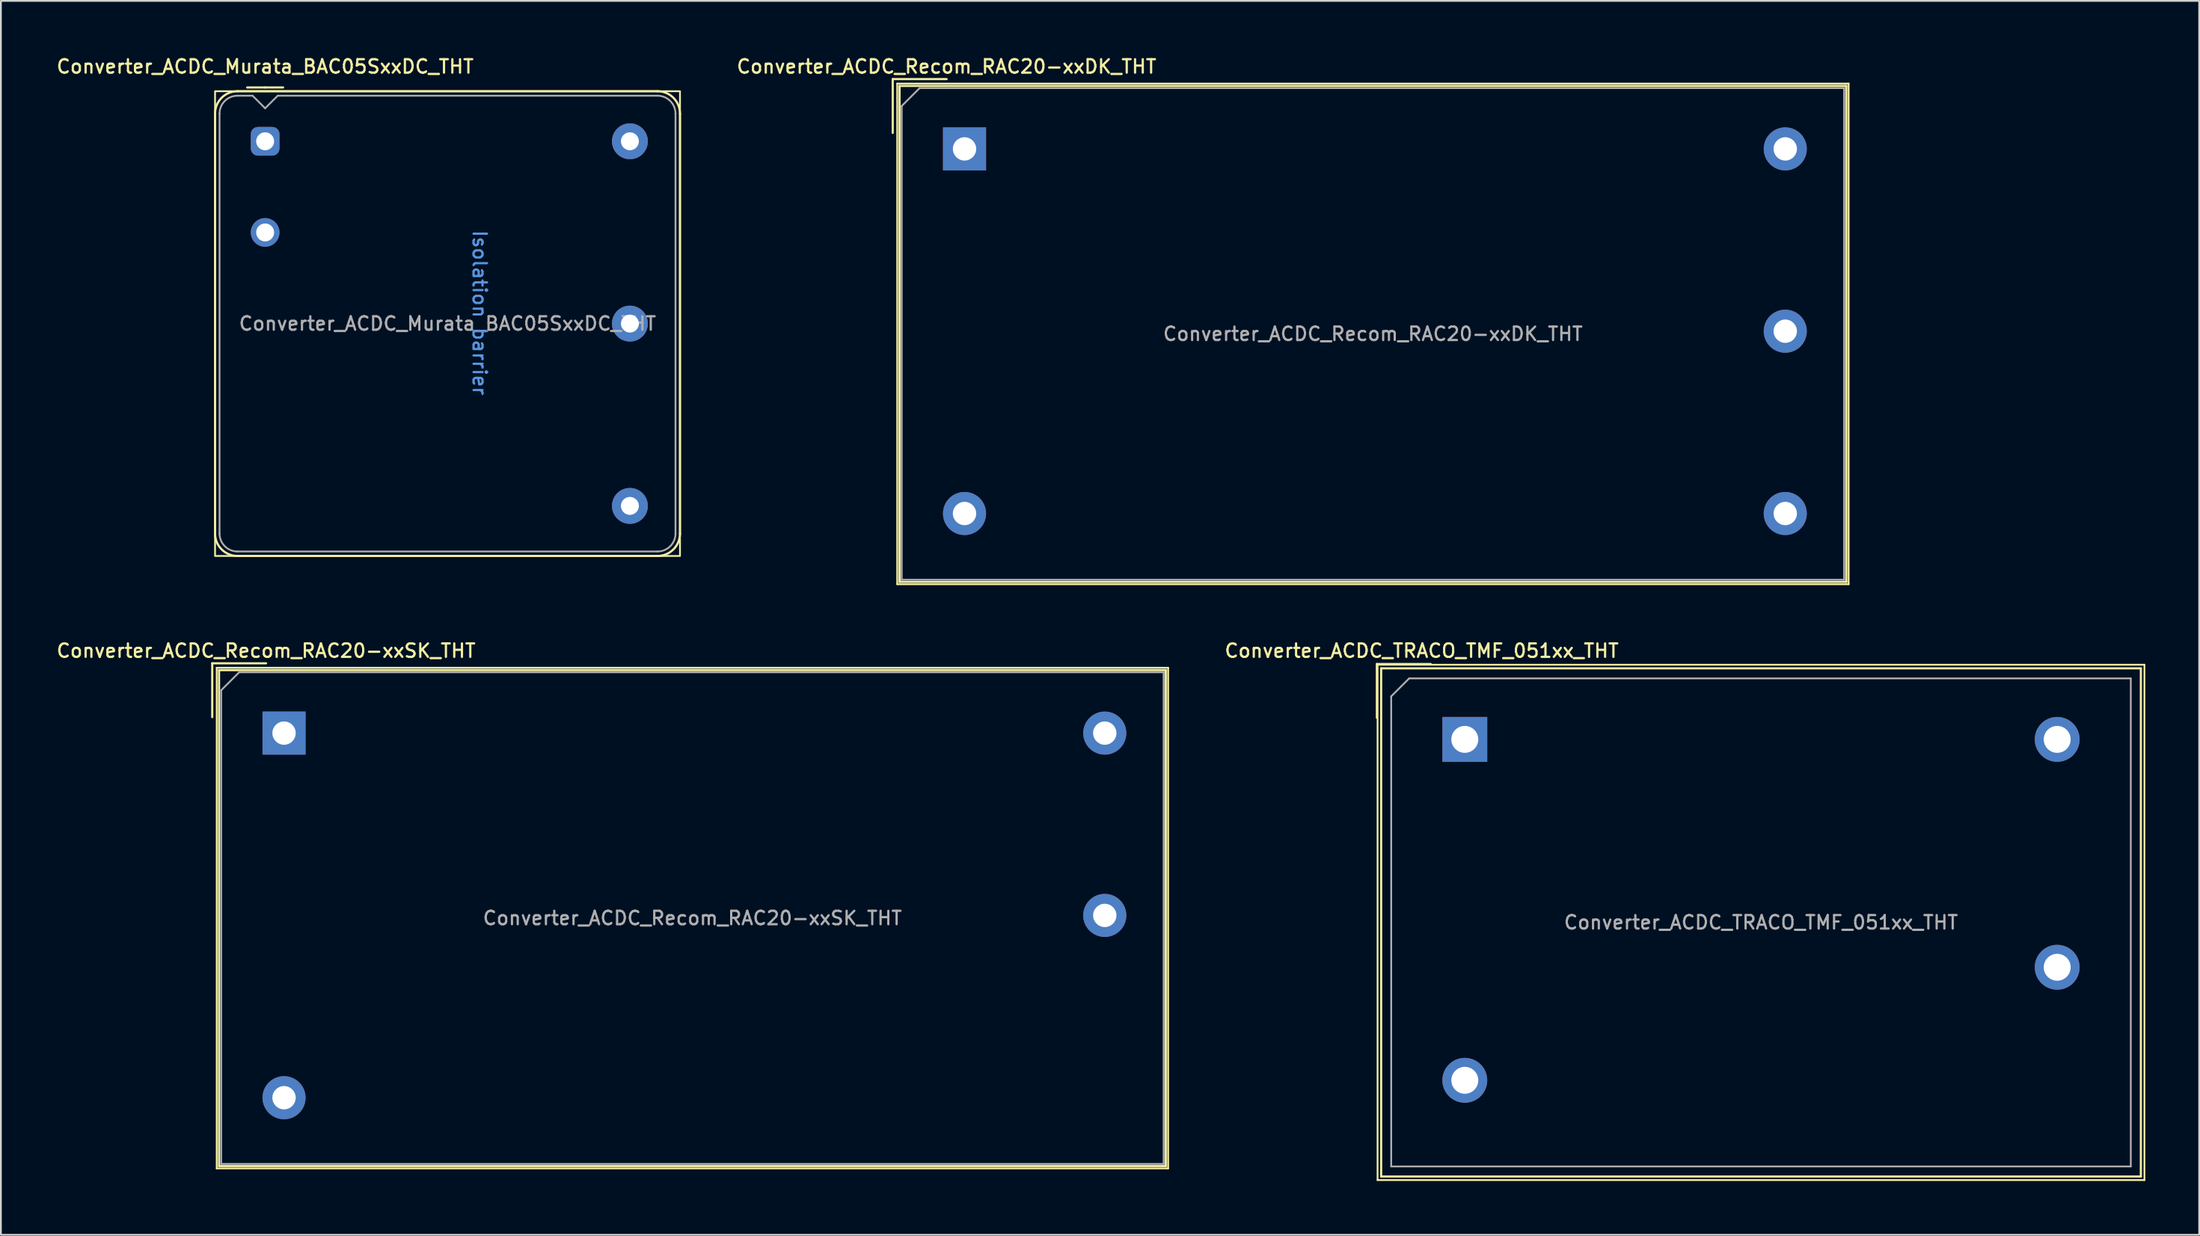
<source format=kicad_pcb>
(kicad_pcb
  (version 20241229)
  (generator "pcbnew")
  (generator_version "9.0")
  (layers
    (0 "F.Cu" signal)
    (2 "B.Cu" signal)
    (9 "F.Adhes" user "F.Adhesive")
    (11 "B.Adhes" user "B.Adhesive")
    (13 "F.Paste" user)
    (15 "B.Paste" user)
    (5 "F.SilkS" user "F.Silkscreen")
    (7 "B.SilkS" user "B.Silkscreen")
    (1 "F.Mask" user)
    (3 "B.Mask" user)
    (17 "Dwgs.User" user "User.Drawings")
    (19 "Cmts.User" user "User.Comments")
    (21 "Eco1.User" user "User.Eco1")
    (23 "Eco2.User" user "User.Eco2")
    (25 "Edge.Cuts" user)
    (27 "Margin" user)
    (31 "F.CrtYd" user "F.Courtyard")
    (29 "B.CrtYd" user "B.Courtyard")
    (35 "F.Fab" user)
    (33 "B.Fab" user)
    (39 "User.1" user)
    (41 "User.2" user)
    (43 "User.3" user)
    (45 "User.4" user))
  (footprint "Converter_ACDC_Recom_RAC20-xxDK_THT"
    (layer "F.Cu")
    (at 50.681 5.248)
    (property "Reference" "Converter_ACDC_Recom_RAC20-xxDK_THT" (at -1 -4.59 0) (layer "F.SilkS") (effects (font (size 0.75 0.75) (thickness 0.125))))
    (attr through_hole)
    (fp_line (start -4 -3.89) (end -1 -3.89) (stroke (width 0.12) (type solid)) (layer "F.SilkS"))
    (fp_line (start -4 -0.89) (end -4 -3.89) (stroke (width 0.12) (type solid)) (layer "F.SilkS"))
    (fp_line (start -3.75 -3.64) (end -3.75 24.26) (stroke (width 0.1) (type solid)) (layer "F.SilkS"))
    (fp_line (start -3.75 -3.64) (end 49.25 -3.64) (stroke (width 0.1) (type solid)) (layer "F.SilkS"))
    (fp_line (start -3.75 24.26) (end 49.25 24.26) (stroke (width 0.1) (type solid)) (layer "F.SilkS"))
    (fp_line (start -3.62 -3.51) (end -3.62 24.13) (stroke (width 0.12) (type solid)) (layer "F.SilkS"))
    (fp_line (start -3.62 -3.51) (end 49.12 -3.51) (stroke (width 0.12) (type solid)) (layer "F.SilkS"))
    (fp_line (start -3.62 24.13) (end 49.12 24.13) (stroke (width 0.12) (type solid)) (layer "F.SilkS"))
    (fp_line (start 49.12 -3.51) (end 49.12 24.13) (stroke (width 0.12) (type solid)) (layer "F.SilkS"))
    (fp_line (start 49.25 -3.64) (end 49.25 24.26) (stroke (width 0.1) (type solid)) (layer "F.SilkS"))
    (fp_line (start -3.5 -2.39) (end -2.5 -3.39) (stroke (width 0.1) (type solid)) (layer "F.Fab"))
    (fp_line (start -3.5 24.01) (end -3.5 -2.39) (stroke (width 0.1) (type solid)) (layer "F.Fab"))
    (fp_line (start -2.5 -3.39) (end 49 -3.39) (stroke (width 0.1) (type solid)) (layer "F.Fab"))
    (fp_line (start 49 -3.39) (end 49 24.01) (stroke (width 0.1) (type solid)) (layer "F.Fab"))
    (fp_line (start 49 24.01) (end -3.5 24.01) (stroke (width 0.1) (type solid)) (layer "F.Fab"))
    (fp_text user "${REFERENCE}" (at 22.75 10.31 0) (layer "F.Fab") (effects (font (size 0.75 0.75) (thickness 0.125))))
    (pad "1" thru_hole rect (at 0 0) (size 2.4 2.4) (drill 1.3) (layers "*.Cu" "*.Mask"))
    (pad "2" thru_hole circle (at 0 20.32) (size 2.4 2.4) (drill 1.3) (layers "*.Cu" "*.Mask"))
    (pad "3" thru_hole circle (at 45.72 20.32) (size 2.4 2.4) (drill 1.3) (layers "*.Cu" "*.Mask"))
    (pad "4" thru_hole circle (at 45.72 10.16) (size 2.4 2.4) (drill 1.3) (layers "*.Cu" "*.Mask"))
    (pad "5" thru_hole circle (at 45.72 0) (size 2.4 2.4) (drill 1.3) (layers "*.Cu" "*.Mask")))
  (footprint "Converter_ACDC_Recom_RAC20-xxSK_THT"
    (layer "F.Cu")
    (at 12.773 37.806)
    (property "Reference" "Converter_ACDC_Recom_RAC20-xxSK_THT" (at -1 -4.59 0) (layer "F.SilkS") (effects (font (size 0.75 0.75) (thickness 0.125))))
    (attr through_hole)
    (fp_line (start -4 -3.89) (end -1 -3.89) (stroke (width 0.12) (type solid)) (layer "F.SilkS"))
    (fp_line (start -4 -0.89) (end -4 -3.89) (stroke (width 0.12) (type solid)) (layer "F.SilkS"))
    (fp_line (start -3.75 -3.64) (end -3.75 24.26) (stroke (width 0.1) (type solid)) (layer "F.SilkS"))
    (fp_line (start -3.75 -3.64) (end 49.25 -3.64) (stroke (width 0.1) (type solid)) (layer "F.SilkS"))
    (fp_line (start -3.75 24.26) (end 49.25 24.26) (stroke (width 0.1) (type solid)) (layer "F.SilkS"))
    (fp_line (start -3.62 -3.51) (end -3.62 24.13) (stroke (width 0.12) (type solid)) (layer "F.SilkS"))
    (fp_line (start -3.62 -3.51) (end 49.12 -3.51) (stroke (width 0.12) (type solid)) (layer "F.SilkS"))
    (fp_line (start -3.62 24.13) (end 49.12 24.13) (stroke (width 0.12) (type solid)) (layer "F.SilkS"))
    (fp_line (start 49.12 -3.51) (end 49.12 24.13) (stroke (width 0.12) (type solid)) (layer "F.SilkS"))
    (fp_line (start 49.25 -3.64) (end 49.25 24.26) (stroke (width 0.1) (type solid)) (layer "F.SilkS"))
    (fp_line (start -3.5 -2.39) (end -2.5 -3.39) (stroke (width 0.1) (type solid)) (layer "F.Fab"))
    (fp_line (start -3.5 24.01) (end -3.5 -2.39) (stroke (width 0.1) (type solid)) (layer "F.Fab"))
    (fp_line (start -2.5 -3.39) (end 49 -3.39) (stroke (width 0.1) (type solid)) (layer "F.Fab"))
    (fp_line (start 49 -3.39) (end 49 24.01) (stroke (width 0.1) (type solid)) (layer "F.Fab"))
    (fp_line (start 49 24.01) (end -3.5 24.01) (stroke (width 0.1) (type solid)) (layer "F.Fab"))
    (fp_text user "${REFERENCE}" (at 22.75 10.31 0) (layer "F.Fab") (effects (font (size 0.75 0.75) (thickness 0.125))))
    (pad "1" thru_hole rect (at 0 0) (size 2.4 2.4) (drill 1.3) (layers "*.Cu" "*.Mask"))
    (pad "2" thru_hole circle (at 0 20.32) (size 2.4 2.4) (drill 1.3) (layers "*.Cu" "*.Mask"))
    (pad "4" thru_hole circle (at 45.72 10.16) (size 2.4 2.4) (drill 1.3) (layers "*.Cu" "*.Mask"))
    (pad "5" thru_hole circle (at 45.72 0) (size 2.4 2.4) (drill 1.3) (layers "*.Cu" "*.Mask")))
  (footprint "Converter_ACDC_TRACO_TMF_051xx_THT"
    (layer "F.Cu")
    (at 78.55 38.156)
    (property "Reference" "Converter_ACDC_TRACO_TMF_051xx_THT" (at -2.4 -4.94 0) (layer "F.SilkS") (effects (font (size 0.75 0.75) (thickness 0.125))))
    (attr through_hole)
    (fp_line (start -4.9 -4.2) (end -1.9 -4.2) (stroke (width 0.12) (type solid)) (layer "F.SilkS"))
    (fp_line (start -4.9 -1.2) (end -4.9 -4.2) (stroke (width 0.12) (type solid)) (layer "F.SilkS"))
    (fp_line (start -4.86 -4.16) (end -4.86 24.56) (stroke (width 0.1) (type solid)) (layer "F.SilkS"))
    (fp_line (start -4.86 24.56) (end 37.86 24.56) (stroke (width 0.1) (type solid)) (layer "F.SilkS"))
    (fp_line (start -4.66 -3.96) (end -4.66 24.36) (stroke (width 0.12) (type solid)) (layer "F.SilkS"))
    (fp_line (start -4.66 -3.96) (end 37.66 -3.96) (stroke (width 0.12) (type solid)) (layer "F.SilkS"))
    (fp_line (start -4.66 24.36) (end 37.66 24.36) (stroke (width 0.12) (type solid)) (layer "F.SilkS"))
    (fp_line (start 37.66 -3.96) (end 37.66 24.36) (stroke (width 0.12) (type solid)) (layer "F.SilkS"))
    (fp_line (start 37.86 -4.16) (end -4.86 -4.16) (stroke (width 0.1) (type solid)) (layer "F.SilkS"))
    (fp_line (start 37.86 24.56) (end 37.86 -4.16) (stroke (width 0.1) (type solid)) (layer "F.SilkS"))
    (fp_line (start -4.1 -2.4) (end -3.1 -3.4) (stroke (width 0.1) (type solid)) (layer "F.Fab"))
    (fp_line (start -4.1 23.8) (end -4.1 -2.4) (stroke (width 0.1) (type solid)) (layer "F.Fab"))
    (fp_line (start -3.1 -3.4) (end 37.1 -3.4) (stroke (width 0.1) (type solid)) (layer "F.Fab"))
    (fp_line (start 37.1 -3.4) (end 37.1 23.8) (stroke (width 0.1) (type solid)) (layer "F.Fab"))
    (fp_line (start 37.1 23.8) (end -4.1 23.8) (stroke (width 0.1) (type solid)) (layer "F.Fab"))
    (fp_text user "${REFERENCE}" (at 16.5 10.2 0) (layer "F.Fab") (effects (font (size 0.75 0.75) (thickness 0.125))))
    (pad "1" thru_hole rect (at 0 0) (size 2.5 2.5) (drill 1.5) (layers "*.Cu" "*.Mask"))
    (pad "2" thru_hole circle (at 0 19) (size 2.5 2.5) (drill 1.5) (layers "*.Cu" "*.Mask"))
    (pad "3" thru_hole circle (at 33 0) (size 2.5 2.5) (drill 1.5) (layers "*.Cu" "*.Mask"))
    (pad "4" thru_hole circle (at 33 12.7) (size 2.5 2.5) (drill 1.5) (layers "*.Cu" "*.Mask")))
  (footprint "Converter_ACDC_Murata_BAC05SxxDC_THT"
    (layer "F.Cu")
    (at 11.72 4.824)
    (property "Reference" "Converter_ACDC_Murata_BAC05SxxDC_THT" (at 0 -4.166 0) (unlocked yes) (layer "F.SilkS") (effects (font (size 0.75 0.75) (thickness 0.125))))
    (attr through_hole)
    (fp_line (start -2.79 -1.54) (end -2.79 21.86) (stroke (width 0.12) (type solid)) (layer "F.SilkS"))
    (fp_line (start -1.54 23.11) (end 21.86 23.11) (stroke (width 0.12) (type solid)) (layer "F.SilkS"))
    (fp_line (start 0 -3) (end -1 -3) (stroke (width 0.12) (type solid)) (layer "F.SilkS"))
    (fp_line (start 0 -3) (end 1 -3) (stroke (width 0.12) (type solid)) (layer "F.SilkS"))
    (fp_line (start 21.86 -2.79) (end -1.54 -2.79) (stroke (width 0.12) (type solid)) (layer "F.SilkS"))
    (fp_line (start 23.11 21.86) (end 23.11 -1.54) (stroke (width 0.12) (type solid)) (layer "F.SilkS"))
    (fp_rect (start -2.79 -2.79) (end 23.11 23.11) (stroke (width 0.1) (type solid)) (fill no) (layer "F.SilkS"))
    (fp_arc (start -2.79 -1.54) (mid -2.423883 -2.423883) (end -1.54 -2.79) (stroke (width 0.12) (type solid)) (layer "F.SilkS"))
    (fp_arc (start -1.54 23.11) (mid -2.423883 22.743883) (end -2.79 21.86) (stroke (width 0.12) (type solid)) (layer "F.SilkS"))
    (fp_arc (start 21.86 -2.79) (mid 22.743883 -2.423883) (end 23.11 -1.54) (stroke (width 0.12) (type solid)) (layer "F.SilkS"))
    (fp_arc (start 23.11 21.86) (mid 22.743883 22.743883) (end 21.86 23.11) (stroke (width 0.12) (type solid)) (layer "F.SilkS"))
    (fp_line (start -2.54 21.86) (end -2.54 -1.54) (stroke (width 0.1) (type solid)) (layer "F.Fab"))
    (fp_line (start -0.7 -2.54) (end -1.54 -2.54) (stroke (width 0.1) (type solid)) (layer "F.Fab"))
    (fp_line (start 0 -1.84) (end -0.7 -2.54) (stroke (width 0.1) (type solid)) (layer "F.Fab"))
    (fp_line (start 0.7 -2.54) (end 0 -1.84) (stroke (width 0.1) (type solid)) (layer "F.Fab"))
    (fp_line (start 0.7 -2.54) (end 21.86 -2.54) (stroke (width 0.1) (type solid)) (layer "F.Fab"))
    (fp_line (start 21.86 22.86) (end -1.54 22.86) (stroke (width 0.1) (type solid)) (layer "F.Fab"))
    (fp_line (start 22.86 -1.54) (end 22.86 21.86) (stroke (width 0.1) (type solid)) (layer "F.Fab"))
    (fp_arc (start -2.54 -1.54) (mid -2.247107 -2.247107) (end -1.54 -2.54) (stroke (width 0.1) (type solid)) (layer "F.Fab"))
    (fp_arc (start -1.54 22.86) (mid -2.247107 22.567107) (end -2.54 21.86) (stroke (width 0.1) (type solid)) (layer "F.Fab"))
    (fp_arc (start 21.86 -2.54) (mid 22.567107 -2.247107) (end 22.86 -1.54) (stroke (width 0.1) (type solid)) (layer "F.Fab"))
    (fp_arc (start 22.86 21.86) (mid 22.567107 22.567107) (end 21.86 22.86) (stroke (width 0.1) (type solid)) (layer "F.Fab"))
    (fp_text user "Isolation barrier" (at 11.95 9.56 270) (unlocked yes) (layer "Cmts.User") (effects (font (size 0.75 0.75) (thickness 0.125))))
    (fp_text user "${REFERENCE}" (at 10.16 10.16 0) (unlocked yes) (layer "F.Fab") (effects (font (size 0.75 0.75) (thickness 0.125))))
    (pad "1" thru_hole roundrect (at 0 0) (size 1.6 1.6) (drill 1) (layers "*.Cu" "*.Mask") (roundrect_rratio 0.25))
    (pad "2" thru_hole circle (at 0 5.08) (size 1.6 1.6) (drill 1) (layers "*.Cu" "*.Mask"))
    (pad "3" thru_hole circle (at 20.32 20.32) (size 2 2) (drill 1) (layers "*.Cu" "*.Mask"))
    (pad "4" thru_hole circle (at 20.32 10.16) (size 2 2) (drill 1) (layers "*.Cu" "*.Mask"))
    (pad "5" thru_hole circle (at 20.32 0) (size 2 2) (drill 1) (layers "*.Cu" "*.Mask"))
    (zone (net_name "") (layers "F.Cu" "B.Cu") (name "Isolation barrier") (hatch full 0.508) (connect_pads) (min_thickness 0.254) (filled_areas_thickness no) (keepout (tracks not_allowed) (vias not_allowed) (pads not_allowed) (copperpour not_allowed) (footprints not_allowed)) (placement (enabled no)) (fill) (polygon (pts (xy 25.54 12.324) (xy 30.54 12.324) (xy 30.54 27.724) (xy 22.02 27.724) (xy 22.02 20.074) (xy 21.52 19.824) (xy 21.07 19.549) (xy 20.62 19.249) (xy 20.195 18.924) (xy 19.77 18.549) (xy 19.42 18.199) (xy 19.145 17.899) (xy 19.02 17.749) (xy 18.795 17.474) (xy 18.595 17.199) (xy 18.245 16.649) (xy 18.045 16.299) (xy 17.745 15.649) (xy 17.595 15.299) (xy 17.47 14.949) (xy 17.345 14.549) (xy 17.27 14.274) (xy 17.195 13.974) (xy 17.145 13.699) (xy 17.07 13.249) (xy 17.02 12.724) (xy 17.02 12.174) (xy 17.02 2.249) (xy 25.54 2.249)))))
  (gr_rect
    (start -3 -3)
    (end 119.46 65.766)
    (stroke (width 0.1) (type default))
    (fill no)
    (layer "Edge.Cuts")))
</source>
